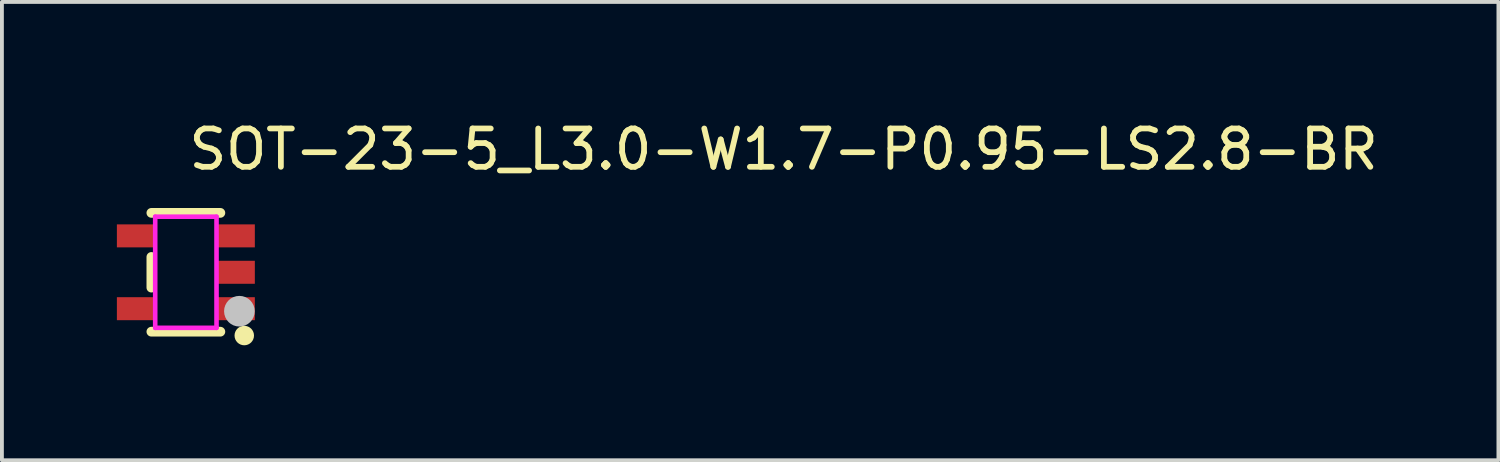
<source format=kicad_pcb>
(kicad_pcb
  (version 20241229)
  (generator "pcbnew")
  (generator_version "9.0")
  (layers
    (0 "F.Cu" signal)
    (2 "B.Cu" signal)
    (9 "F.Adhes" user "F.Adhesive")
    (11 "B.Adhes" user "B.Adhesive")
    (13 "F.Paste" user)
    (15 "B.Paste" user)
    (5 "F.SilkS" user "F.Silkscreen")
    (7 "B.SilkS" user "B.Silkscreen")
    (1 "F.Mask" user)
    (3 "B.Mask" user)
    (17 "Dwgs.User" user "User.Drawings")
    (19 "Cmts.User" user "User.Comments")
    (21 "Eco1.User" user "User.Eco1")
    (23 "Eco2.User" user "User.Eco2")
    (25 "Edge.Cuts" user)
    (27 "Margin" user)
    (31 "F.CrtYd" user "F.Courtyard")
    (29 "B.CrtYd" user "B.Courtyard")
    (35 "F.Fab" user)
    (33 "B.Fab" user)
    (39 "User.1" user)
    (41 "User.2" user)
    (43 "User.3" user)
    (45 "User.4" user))
  (footprint "SOT-23-5_L3.0-W1.7-P0.95-LS2.8-BR"
    (layer "F.Cu")
    (at 1.8 4.055)
    (property "Reference" "SOT-23-5_L3.0-W1.7-P0.95-LS2.8-BR" (at 0 -3.207 0) (layer "F.SilkS") (effects (font (size 1 1) (thickness 0.15)) (justify left)))
    (attr through_hole)
    (fp_line (start -0.9 -1.55) (end 0.9 -1.55) (stroke (width 0.254) (type solid)) (layer "F.SilkS"))
    (fp_line (start -0.9 0.4) (end -0.9 -0.4) (stroke (width 0.254) (type solid)) (layer "F.SilkS"))
    (fp_line (start -0.9 1.55) (end 0.9 1.55) (stroke (width 0.254) (type solid)) (layer "F.SilkS"))
    (fp_circle (center 1.524 1.651) (end 1.651 1.651) (stroke (width 0.254) (type solid)) (fill no) (layer "F.SilkS"))
    (fp_circle (center 1.397 1.016) (end 1.597 1.016) (stroke (width 0.4) (type solid)) (fill no) (layer "Dwgs.User"))
    (fp_line (start -0.96 -1.15) (end -0.79 -1.15) (stroke (width 0.12) (type solid)) (layer "Eco2.User"))
    (fp_line (start -0.96 -0.75) (end -0.96 -1.15) (stroke (width 0.12) (type solid)) (layer "Eco2.User"))
    (fp_line (start -0.96 0.75) (end -0.79 0.75) (stroke (width 0.12) (type solid)) (layer "Eco2.User"))
    (fp_line (start -0.96 1.15) (end -0.96 0.75) (stroke (width 0.12) (type solid)) (layer "Eco2.User"))
    (fp_line (start -0.79 -1.15) (end -0.79 -0.75) (stroke (width 0.12) (type solid)) (layer "Eco2.User"))
    (fp_line (start -0.79 -0.75) (end -0.96 -0.75) (stroke (width 0.12) (type solid)) (layer "Eco2.User"))
    (fp_line (start -0.79 0.75) (end -0.79 1.15) (stroke (width 0.12) (type solid)) (layer "Eco2.User"))
    (fp_line (start -0.79 1.15) (end -0.96 1.15) (stroke (width 0.12) (type solid)) (layer "Eco2.User"))
    (fp_line (start 0.79 -1.15) (end 0.96 -1.15) (stroke (width 0.12) (type solid)) (layer "Eco2.User"))
    (fp_line (start 0.79 -0.75) (end 0.79 -1.15) (stroke (width 0.12) (type solid)) (layer "Eco2.User"))
    (fp_line (start 0.79 -0.2) (end 0.96 -0.2) (stroke (width 0.12) (type solid)) (layer "Eco2.User"))
    (fp_line (start 0.79 0.2) (end 0.79 -0.2) (stroke (width 0.12) (type solid)) (layer "Eco2.User"))
    (fp_line (start 0.79 0.75) (end 0.96 0.75) (stroke (width 0.12) (type solid)) (layer "Eco2.User"))
    (fp_line (start 0.79 1.15) (end 0.79 0.75) (stroke (width 0.12) (type solid)) (layer "Eco2.User"))
    (fp_line (start 0.96 -1.15) (end 0.96 -0.75) (stroke (width 0.12) (type solid)) (layer "Eco2.User"))
    (fp_line (start 0.96 -0.75) (end 0.79 -0.75) (stroke (width 0.12) (type solid)) (layer "Eco2.User"))
    (fp_line (start 0.96 -0.2) (end 0.96 0.2) (stroke (width 0.12) (type solid)) (layer "Eco2.User"))
    (fp_line (start 0.96 0.2) (end 0.79 0.2) (stroke (width 0.12) (type solid)) (layer "Eco2.User"))
    (fp_line (start 0.96 0.75) (end 0.96 1.15) (stroke (width 0.12) (type solid)) (layer "Eco2.User"))
    (fp_line (start 0.96 1.15) (end 0.79 1.15) (stroke (width 0.12) (type solid)) (layer "Eco2.User"))
    (fp_circle (center 1.4 1.45) (end 1.43 1.45) (stroke (width 0.06) (type solid)) (fill no) (layer "Eco2.User"))
    (fp_poly (pts (xy -1.4 -0.75) (xy -1.4 -1.15) (xy -0.95 -1.15) (xy -0.95 -0.75)) (stroke (width 0.12) (type solid)) (fill no) (layer "Eco2.User"))
    (fp_poly (pts (xy -1.4 1.15) (xy -1.4 0.75) (xy -0.95 0.75) (xy -0.95 1.15)) (stroke (width 0.12) (type solid)) (fill no) (layer "Eco2.User"))
    (fp_poly (pts (xy 0.95 -0.75) (xy 0.95 -1.15) (xy 1.4 -1.15) (xy 1.4 -0.75)) (stroke (width 0.12) (type solid)) (fill no) (layer "Eco2.User"))
    (fp_poly (pts (xy 0.95 0.2) (xy 0.95 -0.2) (xy 1.4 -0.2) (xy 1.4 0.2)) (stroke (width 0.12) (type solid)) (fill no) (layer "Eco2.User"))
    (fp_poly (pts (xy 0.95 1.15) (xy 0.95 0.75) (xy 1.4 0.75) (xy 1.4 1.15)) (stroke (width 0.12) (type solid)) (fill no) (layer "Eco2.User"))
    (fp_line (start -0.8 -1.45) (end 0.8 -1.45) (stroke (width 0.12) (type solid)) (layer "F.CrtYd"))
    (fp_line (start -0.8 1.45) (end -0.8 -1.45) (stroke (width 0.12) (type solid)) (layer "F.CrtYd"))
    (fp_line (start 0.8 -1.45) (end 0.8 1.45) (stroke (width 0.12) (type solid)) (layer "F.CrtYd"))
    (fp_line (start 0.8 1.45) (end -0.8 1.45) (stroke (width 0.12) (type solid)) (layer "F.CrtYd"))
    (pad "1" smd rect (at 1.3 0.95) (size 1 0.6) (layers "F.Cu" "F.Mask" "F.Paste"))
    (pad "2" smd rect (at 1.3 0) (size 1 0.6) (layers "F.Cu" "F.Mask" "F.Paste"))
    (pad "3" smd rect (at 1.3 -0.95) (size 1 0.6) (layers "F.Cu" "F.Mask" "F.Paste"))
    (pad "4" smd rect (at -1.3 -0.95) (size 1 0.6) (layers "F.Cu" "F.Mask" "F.Paste"))
    (pad "5" smd rect (at -1.3 0.95) (size 1 0.6) (layers "F.Cu" "F.Mask" "F.Paste")))
  (gr_rect
    (start -3 -3)
    (end 36.05 8.96)
    (stroke (width 0.1) (type default))
    (fill no)
    (layer "Edge.Cuts")))
</source>
